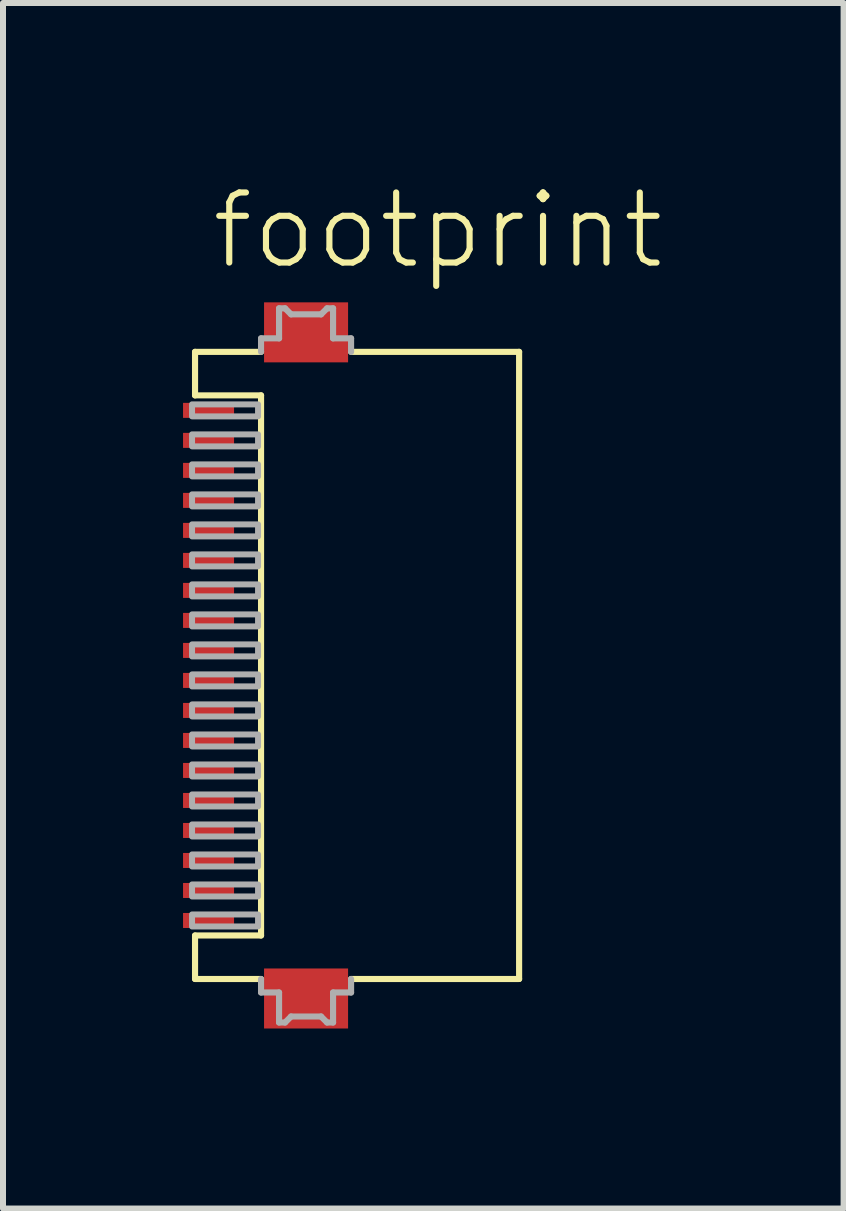
<source format=kicad_pcb>
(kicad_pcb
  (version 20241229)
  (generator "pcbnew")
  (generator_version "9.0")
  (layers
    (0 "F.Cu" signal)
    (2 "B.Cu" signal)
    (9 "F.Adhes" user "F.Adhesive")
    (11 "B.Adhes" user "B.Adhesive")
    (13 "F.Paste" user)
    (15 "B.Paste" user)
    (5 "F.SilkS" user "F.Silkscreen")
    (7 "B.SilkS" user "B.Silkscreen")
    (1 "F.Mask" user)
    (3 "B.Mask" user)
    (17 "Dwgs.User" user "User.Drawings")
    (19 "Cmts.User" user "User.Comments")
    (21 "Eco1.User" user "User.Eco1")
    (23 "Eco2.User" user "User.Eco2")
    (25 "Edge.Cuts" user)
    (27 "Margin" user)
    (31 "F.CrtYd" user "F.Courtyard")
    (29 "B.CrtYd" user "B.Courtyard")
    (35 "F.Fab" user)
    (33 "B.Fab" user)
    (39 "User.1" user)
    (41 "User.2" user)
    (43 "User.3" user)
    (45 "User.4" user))
  (footprint "footprint"
    (layer "F.Cu")
    (at 2.965 8.038)
    (property "Reference" "footprint" (at -2.54 -6.565 0) (layer "F.SilkS") (effects (font (size 1.168 1.168) (thickness 0.102)) (justify left bottom)))
    (fp_line (start -2.765 -5.225) (end -2.765 -4.5) (stroke (width 0.102) (type solid)) (layer "F.SilkS"))
    (fp_line (start -2.765 -5.225) (end -1.665 -5.225) (stroke (width 0.102) (type solid)) (layer "F.SilkS"))
    (fp_line (start -2.765 -4.5) (end -1.665 -4.5) (stroke (width 0.102) (type solid)) (layer "F.SilkS"))
    (fp_line (start -2.765 4.5) (end -2.765 5.225) (stroke (width 0.102) (type solid)) (layer "F.SilkS"))
    (fp_line (start -2.765 5.225) (end -1.665 5.225) (stroke (width 0.102) (type solid)) (layer "F.SilkS"))
    (fp_line (start -1.665 -4.5) (end -1.665 4.5) (stroke (width 0.102) (type solid)) (layer "F.SilkS"))
    (fp_line (start -1.665 4.5) (end -2.765 4.5) (stroke (width 0.102) (type solid)) (layer "F.SilkS"))
    (fp_line (start -0.165 5.225) (end 2.635 5.225) (stroke (width 0.102) (type solid)) (layer "F.SilkS"))
    (fp_line (start 2.635 -5.225) (end -0.165 -5.225) (stroke (width 0.102) (type solid)) (layer "F.SilkS"))
    (fp_line (start 2.635 5.225) (end 2.635 -5.225) (stroke (width 0.102) (type solid)) (layer "F.SilkS"))
    (fp_line (start -1.665 -5.45) (end -1.665 -5.225) (stroke (width 0.102) (type solid)) (layer "F.Fab"))
    (fp_line (start -1.665 5.225) (end -1.665 5.45) (stroke (width 0.102) (type solid)) (layer "F.Fab"))
    (fp_line (start -1.665 5.45) (end -1.365 5.45) (stroke (width 0.102) (type solid)) (layer "F.Fab"))
    (fp_line (start -1.365 -5.95) (end -1.365 -5.45) (stroke (width 0.102) (type solid)) (layer "F.Fab"))
    (fp_line (start -1.365 -5.45) (end -1.665 -5.45) (stroke (width 0.102) (type solid)) (layer "F.Fab"))
    (fp_line (start -1.365 5.45) (end -1.365 5.95) (stroke (width 0.102) (type solid)) (layer "F.Fab"))
    (fp_line (start -1.365 5.95) (end -1.265 5.95) (stroke (width 0.102) (type solid)) (layer "F.Fab"))
    (fp_line (start -1.265 -5.95) (end -1.365 -5.95) (stroke (width 0.102) (type solid)) (layer "F.Fab"))
    (fp_line (start -1.265 5.95) (end -1.165 5.85) (stroke (width 0.102) (type solid)) (layer "F.Fab"))
    (fp_line (start -1.165 -5.85) (end -1.265 -5.95) (stroke (width 0.102) (type solid)) (layer "F.Fab"))
    (fp_line (start -1.165 5.85) (end -0.665 5.85) (stroke (width 0.102) (type solid)) (layer "F.Fab"))
    (fp_line (start -0.665 -5.85) (end -1.165 -5.85) (stroke (width 0.102) (type solid)) (layer "F.Fab"))
    (fp_line (start -0.665 5.85) (end -0.565 5.95) (stroke (width 0.102) (type solid)) (layer "F.Fab"))
    (fp_line (start -0.565 -5.95) (end -0.665 -5.85) (stroke (width 0.102) (type solid)) (layer "F.Fab"))
    (fp_line (start -0.565 5.95) (end -0.465 5.95) (stroke (width 0.102) (type solid)) (layer "F.Fab"))
    (fp_line (start -0.465 -5.95) (end -0.565 -5.95) (stroke (width 0.102) (type solid)) (layer "F.Fab"))
    (fp_line (start -0.465 -5.45) (end -0.465 -5.95) (stroke (width 0.102) (type solid)) (layer "F.Fab"))
    (fp_line (start -0.465 5.45) (end -0.165 5.45) (stroke (width 0.102) (type solid)) (layer "F.Fab"))
    (fp_line (start -0.465 5.95) (end -0.465 5.45) (stroke (width 0.102) (type solid)) (layer "F.Fab"))
    (fp_line (start -0.165 -5.45) (end -0.465 -5.45) (stroke (width 0.102) (type solid)) (layer "F.Fab"))
    (fp_line (start -0.165 -5.225) (end -0.165 -5.45) (stroke (width 0.102) (type solid)) (layer "F.Fab"))
    (fp_line (start -0.165 5.45) (end -0.165 5.225) (stroke (width 0.102) (type solid)) (layer "F.Fab"))
    (fp_poly (pts (xy -2.815 -4.15) (xy -1.715 -4.15) (xy -1.715 -4.35) (xy -2.815 -4.35)) (stroke (width 0.1) (type solid)) (fill no) (layer "F.Fab"))
    (fp_poly (pts (xy -2.815 -3.65) (xy -1.715 -3.65) (xy -1.715 -3.85) (xy -2.815 -3.85)) (stroke (width 0.1) (type solid)) (fill no) (layer "F.Fab"))
    (fp_poly (pts (xy -2.815 -3.15) (xy -1.715 -3.15) (xy -1.715 -3.35) (xy -2.815 -3.35)) (stroke (width 0.1) (type solid)) (fill no) (layer "F.Fab"))
    (fp_poly (pts (xy -2.815 -2.65) (xy -1.715 -2.65) (xy -1.715 -2.85) (xy -2.815 -2.85)) (stroke (width 0.1) (type solid)) (fill no) (layer "F.Fab"))
    (fp_poly (pts (xy -2.815 -2.15) (xy -1.715 -2.15) (xy -1.715 -2.35) (xy -2.815 -2.35)) (stroke (width 0.1) (type solid)) (fill no) (layer "F.Fab"))
    (fp_poly (pts (xy -2.815 -1.65) (xy -1.715 -1.65) (xy -1.715 -1.85) (xy -2.815 -1.85)) (stroke (width 0.1) (type solid)) (fill no) (layer "F.Fab"))
    (fp_poly (pts (xy -2.815 -1.15) (xy -1.715 -1.15) (xy -1.715 -1.35) (xy -2.815 -1.35)) (stroke (width 0.1) (type solid)) (fill no) (layer "F.Fab"))
    (fp_poly (pts (xy -2.815 -0.65) (xy -1.715 -0.65) (xy -1.715 -0.85) (xy -2.815 -0.85)) (stroke (width 0.1) (type solid)) (fill no) (layer "F.Fab"))
    (fp_poly (pts (xy -2.815 -0.15) (xy -1.715 -0.15) (xy -1.715 -0.35) (xy -2.815 -0.35)) (stroke (width 0.1) (type solid)) (fill no) (layer "F.Fab"))
    (fp_poly (pts (xy -2.815 0.35) (xy -1.715 0.35) (xy -1.715 0.15) (xy -2.815 0.15)) (stroke (width 0.1) (type solid)) (fill no) (layer "F.Fab"))
    (fp_poly (pts (xy -2.815 0.85) (xy -1.715 0.85) (xy -1.715 0.65) (xy -2.815 0.65)) (stroke (width 0.1) (type solid)) (fill no) (layer "F.Fab"))
    (fp_poly (pts (xy -2.815 1.35) (xy -1.715 1.35) (xy -1.715 1.15) (xy -2.815 1.15)) (stroke (width 0.1) (type solid)) (fill no) (layer "F.Fab"))
    (fp_poly (pts (xy -2.815 1.85) (xy -1.715 1.85) (xy -1.715 1.65) (xy -2.815 1.65)) (stroke (width 0.1) (type solid)) (fill no) (layer "F.Fab"))
    (fp_poly (pts (xy -2.815 2.35) (xy -1.715 2.35) (xy -1.715 2.15) (xy -2.815 2.15)) (stroke (width 0.1) (type solid)) (fill no) (layer "F.Fab"))
    (fp_poly (pts (xy -2.815 2.85) (xy -1.715 2.85) (xy -1.715 2.65) (xy -2.815 2.65)) (stroke (width 0.1) (type solid)) (fill no) (layer "F.Fab"))
    (fp_poly (pts (xy -2.815 3.35) (xy -1.715 3.35) (xy -1.715 3.15) (xy -2.815 3.15)) (stroke (width 0.1) (type solid)) (fill no) (layer "F.Fab"))
    (fp_poly (pts (xy -2.815 3.85) (xy -1.715 3.85) (xy -1.715 3.65) (xy -2.815 3.65)) (stroke (width 0.1) (type solid)) (fill no) (layer "F.Fab"))
    (fp_poly (pts (xy -2.815 4.35) (xy -1.715 4.35) (xy -1.715 4.15) (xy -2.815 4.15)) (stroke (width 0.1) (type solid)) (fill no) (layer "F.Fab"))
    (pad "1" smd rect (at -2.54 -4.25) (size 0.85 0.25) (layers "F.Cu" "F.Paste"))
    (pad "2" smd rect (at -2.54 -3.75) (size 0.85 0.25) (layers "F.Cu" "F.Paste"))
    (pad "3" smd rect (at -2.54 -3.25) (size 0.85 0.25) (layers "F.Cu" "F.Paste"))
    (pad "4" smd rect (at -2.54 -2.75) (size 0.85 0.25) (layers "F.Cu" "F.Paste"))
    (pad "5" smd rect (at -2.54 -2.25) (size 0.85 0.25) (layers "F.Cu" "F.Paste"))
    (pad "6" smd rect (at -2.54 -1.75) (size 0.85 0.25) (layers "F.Cu" "F.Paste"))
    (pad "7" smd rect (at -2.54 -1.25) (size 0.85 0.25) (layers "F.Cu" "F.Paste"))
    (pad "8" smd rect (at -2.54 -0.75) (size 0.85 0.25) (layers "F.Cu" "F.Paste"))
    (pad "9" smd rect (at -2.54 -0.25) (size 0.85 0.25) (layers "F.Cu" "F.Paste"))
    (pad "10" smd rect (at -2.54 0.25) (size 0.85 0.25) (layers "F.Cu" "F.Paste"))
    (pad "11" smd rect (at -2.54 0.75) (size 0.85 0.25) (layers "F.Cu" "F.Paste"))
    (pad "12" smd rect (at -2.54 1.25) (size 0.85 0.25) (layers "F.Cu" "F.Paste"))
    (pad "13" smd rect (at -2.54 1.75) (size 0.85 0.25) (layers "F.Cu" "F.Paste"))
    (pad "14" smd rect (at -2.54 2.25) (size 0.85 0.25) (layers "F.Cu" "F.Paste"))
    (pad "15" smd rect (at -2.54 2.75) (size 0.85 0.25) (layers "F.Cu" "F.Paste"))
    (pad "16" smd rect (at -2.54 3.25) (size 0.85 0.25) (layers "F.Cu" "F.Paste"))
    (pad "17" smd rect (at -2.54 3.75) (size 0.85 0.25) (layers "F.Cu" "F.Paste"))
    (pad "18" smd rect (at -2.54 4.25) (size 0.85 0.25) (layers "F.Cu" "F.Paste"))
    (pad "M1" smd rect (at -0.915 -5.55 180) (size 1.4 1) (layers "F.Cu" "F.Mask" "F.Paste"))
    (pad "M2" smd rect (at -0.915 5.55 180) (size 1.4 1) (layers "F.Cu" "F.Mask" "F.Paste"))
    (zone (net_name "") (layers "F.Cu" "B.Cu") (hatch edge 0.508) (connect_pads) (min_thickness 0.254) (filled_areas_thickness no) (keepout (tracks allowed) (vias not_allowed) (pads allowed) (copperpour allowed) (footprints allowed)) (placement (enabled no)) (fill) (polygon (pts (xy 3.55 3.663) (xy 0.875 3.663) (xy 0.875 12.413) (xy 3.55 12.413)))))
  (gr_rect
    (start -3 -3)
    (end 11.007 17.088)
    (stroke (width 0.1) (type default))
    (fill no)
    (layer "Edge.Cuts")))
</source>
